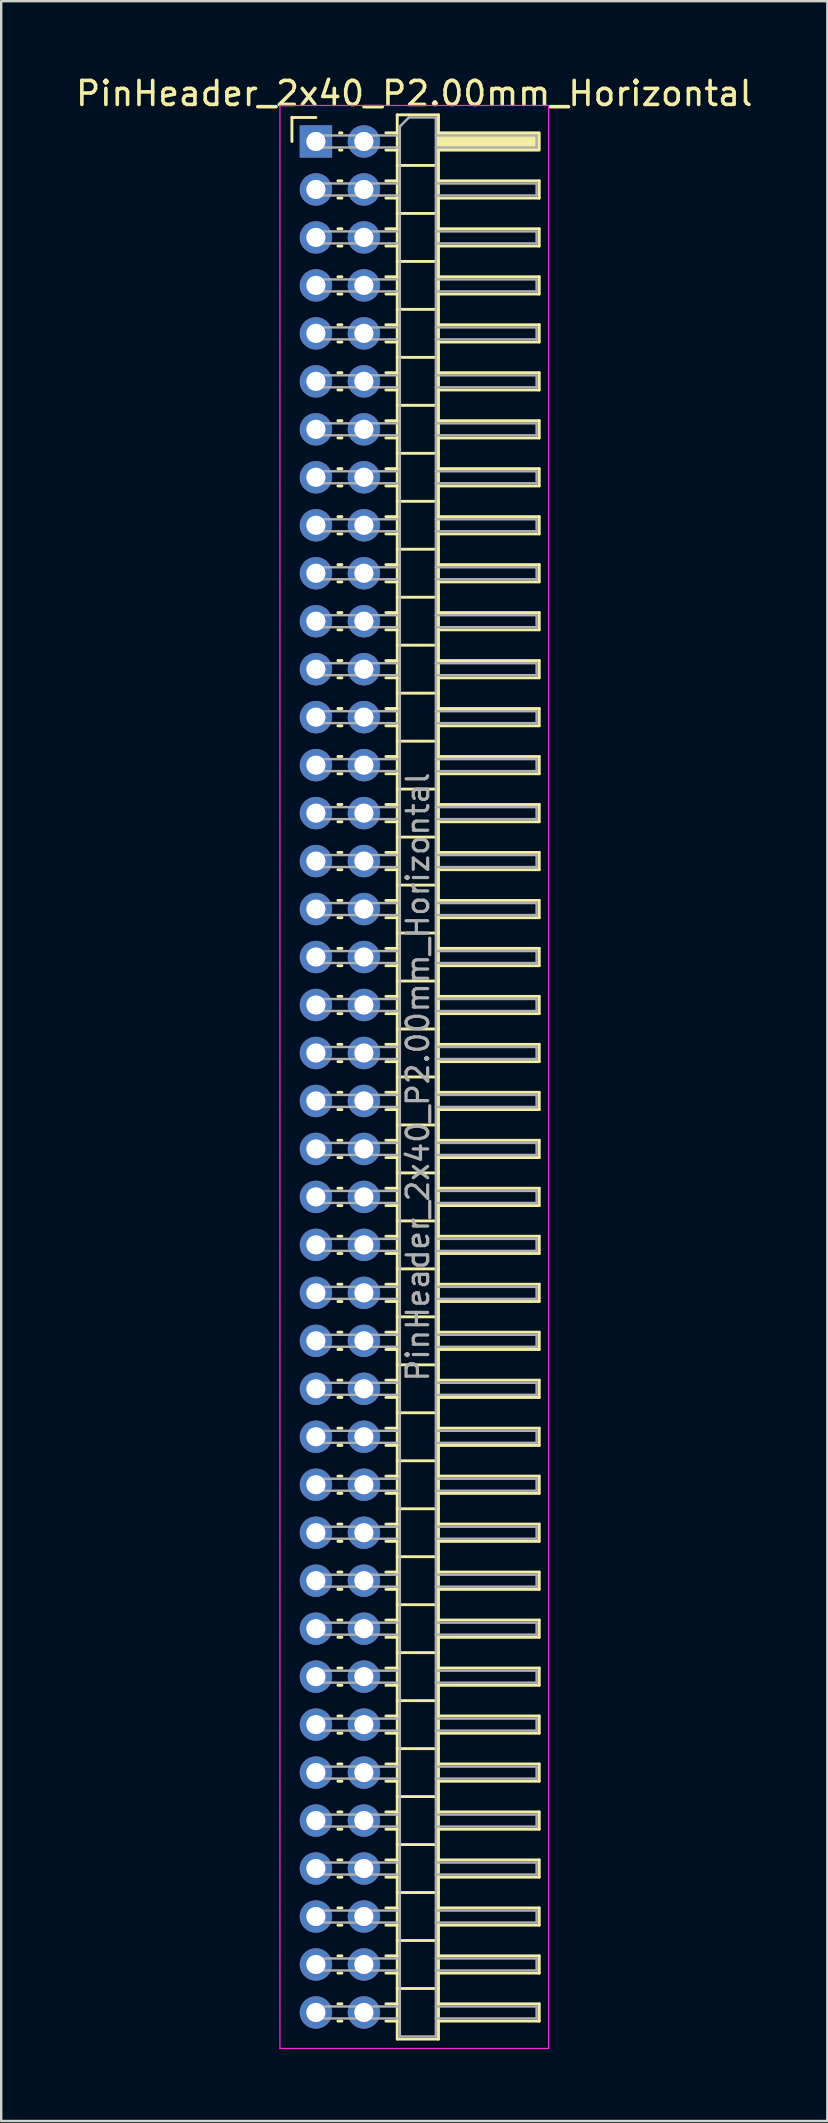
<source format=kicad_pcb>
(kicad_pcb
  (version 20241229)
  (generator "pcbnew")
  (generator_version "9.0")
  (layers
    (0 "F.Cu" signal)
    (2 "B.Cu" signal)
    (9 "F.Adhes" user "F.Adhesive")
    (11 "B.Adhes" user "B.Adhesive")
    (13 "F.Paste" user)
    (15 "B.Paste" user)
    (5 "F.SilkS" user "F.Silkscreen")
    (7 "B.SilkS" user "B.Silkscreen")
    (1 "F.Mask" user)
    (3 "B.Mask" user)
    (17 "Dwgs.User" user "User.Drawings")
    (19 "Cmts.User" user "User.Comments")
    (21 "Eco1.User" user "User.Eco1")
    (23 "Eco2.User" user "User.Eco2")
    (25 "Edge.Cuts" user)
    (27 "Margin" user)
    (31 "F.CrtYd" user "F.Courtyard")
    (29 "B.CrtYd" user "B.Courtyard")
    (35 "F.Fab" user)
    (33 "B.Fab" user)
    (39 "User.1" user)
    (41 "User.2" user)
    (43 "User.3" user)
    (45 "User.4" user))
  (footprint "PinHeader_2x40_P2.00mm_Horizontal"
    (layer "F.Cu")
    (at 10.12 2.848)
    (property "Reference" "PinHeader_2x40_P2.00mm_Horizontal" (at 4.1 -2 0) (layer "F.SilkS") (effects (font (size 1 1) (thickness 0.15))))
    (attr through_hole)
    (fp_line (start -1 -1) (end 0 -1) (stroke (width 0.12) (type solid)) (layer "F.SilkS"))
    (fp_line (start -1 0) (end -1 -1) (stroke (width 0.12) (type solid)) (layer "F.SilkS"))
    (fp_line (start 0.917 1.64) (end 1.083 1.64) (stroke (width 0.12) (type solid)) (layer "F.SilkS"))
    (fp_line (start 0.917 2.36) (end 1.083 2.36) (stroke (width 0.12) (type solid)) (layer "F.SilkS"))
    (fp_line (start 0.917 3.64) (end 1.083 3.64) (stroke (width 0.12) (type solid)) (layer "F.SilkS"))
    (fp_line (start 0.917 4.36) (end 1.083 4.36) (stroke (width 0.12) (type solid)) (layer "F.SilkS"))
    (fp_line (start 0.917 5.64) (end 1.083 5.64) (stroke (width 0.12) (type solid)) (layer "F.SilkS"))
    (fp_line (start 0.917 6.36) (end 1.083 6.36) (stroke (width 0.12) (type solid)) (layer "F.SilkS"))
    (fp_line (start 0.917 7.64) (end 1.083 7.64) (stroke (width 0.12) (type solid)) (layer "F.SilkS"))
    (fp_line (start 0.917 8.36) (end 1.083 8.36) (stroke (width 0.12) (type solid)) (layer "F.SilkS"))
    (fp_line (start 0.917 9.64) (end 1.083 9.64) (stroke (width 0.12) (type solid)) (layer "F.SilkS"))
    (fp_line (start 0.917 10.36) (end 1.083 10.36) (stroke (width 0.12) (type solid)) (layer "F.SilkS"))
    (fp_line (start 0.917 11.64) (end 1.083 11.64) (stroke (width 0.12) (type solid)) (layer "F.SilkS"))
    (fp_line (start 0.917 12.36) (end 1.083 12.36) (stroke (width 0.12) (type solid)) (layer "F.SilkS"))
    (fp_line (start 0.917 13.64) (end 1.083 13.64) (stroke (width 0.12) (type solid)) (layer "F.SilkS"))
    (fp_line (start 0.917 14.36) (end 1.083 14.36) (stroke (width 0.12) (type solid)) (layer "F.SilkS"))
    (fp_line (start 0.917 15.64) (end 1.083 15.64) (stroke (width 0.12) (type solid)) (layer "F.SilkS"))
    (fp_line (start 0.917 16.36) (end 1.083 16.36) (stroke (width 0.12) (type solid)) (layer "F.SilkS"))
    (fp_line (start 0.917 17.64) (end 1.083 17.64) (stroke (width 0.12) (type solid)) (layer "F.SilkS"))
    (fp_line (start 0.917 18.36) (end 1.083 18.36) (stroke (width 0.12) (type solid)) (layer "F.SilkS"))
    (fp_line (start 0.917 19.64) (end 1.083 19.64) (stroke (width 0.12) (type solid)) (layer "F.SilkS"))
    (fp_line (start 0.917 20.36) (end 1.083 20.36) (stroke (width 0.12) (type solid)) (layer "F.SilkS"))
    (fp_line (start 0.917 21.64) (end 1.083 21.64) (stroke (width 0.12) (type solid)) (layer "F.SilkS"))
    (fp_line (start 0.917 22.36) (end 1.083 22.36) (stroke (width 0.12) (type solid)) (layer "F.SilkS"))
    (fp_line (start 0.917 23.64) (end 1.083 23.64) (stroke (width 0.12) (type solid)) (layer "F.SilkS"))
    (fp_line (start 0.917 24.36) (end 1.083 24.36) (stroke (width 0.12) (type solid)) (layer "F.SilkS"))
    (fp_line (start 0.917 25.64) (end 1.083 25.64) (stroke (width 0.12) (type solid)) (layer "F.SilkS"))
    (fp_line (start 0.917 26.36) (end 1.083 26.36) (stroke (width 0.12) (type solid)) (layer "F.SilkS"))
    (fp_line (start 0.917 27.64) (end 1.083 27.64) (stroke (width 0.12) (type solid)) (layer "F.SilkS"))
    (fp_line (start 0.917 28.36) (end 1.083 28.36) (stroke (width 0.12) (type solid)) (layer "F.SilkS"))
    (fp_line (start 0.917 29.64) (end 1.083 29.64) (stroke (width 0.12) (type solid)) (layer "F.SilkS"))
    (fp_line (start 0.917 30.36) (end 1.083 30.36) (stroke (width 0.12) (type solid)) (layer "F.SilkS"))
    (fp_line (start 0.917 31.64) (end 1.083 31.64) (stroke (width 0.12) (type solid)) (layer "F.SilkS"))
    (fp_line (start 0.917 32.36) (end 1.083 32.36) (stroke (width 0.12) (type solid)) (layer "F.SilkS"))
    (fp_line (start 0.917 33.64) (end 1.083 33.64) (stroke (width 0.12) (type solid)) (layer "F.SilkS"))
    (fp_line (start 0.917 34.36) (end 1.083 34.36) (stroke (width 0.12) (type solid)) (layer "F.SilkS"))
    (fp_line (start 0.917 35.64) (end 1.083 35.64) (stroke (width 0.12) (type solid)) (layer "F.SilkS"))
    (fp_line (start 0.917 36.36) (end 1.083 36.36) (stroke (width 0.12) (type solid)) (layer "F.SilkS"))
    (fp_line (start 0.917 37.64) (end 1.083 37.64) (stroke (width 0.12) (type solid)) (layer "F.SilkS"))
    (fp_line (start 0.917 38.36) (end 1.083 38.36) (stroke (width 0.12) (type solid)) (layer "F.SilkS"))
    (fp_line (start 0.917 39.64) (end 1.083 39.64) (stroke (width 0.12) (type solid)) (layer "F.SilkS"))
    (fp_line (start 0.917 40.36) (end 1.083 40.36) (stroke (width 0.12) (type solid)) (layer "F.SilkS"))
    (fp_line (start 0.917 41.64) (end 1.083 41.64) (stroke (width 0.12) (type solid)) (layer "F.SilkS"))
    (fp_line (start 0.917 42.36) (end 1.083 42.36) (stroke (width 0.12) (type solid)) (layer "F.SilkS"))
    (fp_line (start 0.917 43.64) (end 1.083 43.64) (stroke (width 0.12) (type solid)) (layer "F.SilkS"))
    (fp_line (start 0.917 44.36) (end 1.083 44.36) (stroke (width 0.12) (type solid)) (layer "F.SilkS"))
    (fp_line (start 0.917 45.64) (end 1.083 45.64) (stroke (width 0.12) (type solid)) (layer "F.SilkS"))
    (fp_line (start 0.917 46.36) (end 1.083 46.36) (stroke (width 0.12) (type solid)) (layer "F.SilkS"))
    (fp_line (start 0.917 47.64) (end 1.083 47.64) (stroke (width 0.12) (type solid)) (layer "F.SilkS"))
    (fp_line (start 0.917 48.36) (end 1.083 48.36) (stroke (width 0.12) (type solid)) (layer "F.SilkS"))
    (fp_line (start 0.917 49.64) (end 1.083 49.64) (stroke (width 0.12) (type solid)) (layer "F.SilkS"))
    (fp_line (start 0.917 50.36) (end 1.083 50.36) (stroke (width 0.12) (type solid)) (layer "F.SilkS"))
    (fp_line (start 0.917 51.64) (end 1.083 51.64) (stroke (width 0.12) (type solid)) (layer "F.SilkS"))
    (fp_line (start 0.917 52.36) (end 1.083 52.36) (stroke (width 0.12) (type solid)) (layer "F.SilkS"))
    (fp_line (start 0.917 53.64) (end 1.083 53.64) (stroke (width 0.12) (type solid)) (layer "F.SilkS"))
    (fp_line (start 0.917 54.36) (end 1.083 54.36) (stroke (width 0.12) (type solid)) (layer "F.SilkS"))
    (fp_line (start 0.917 55.64) (end 1.083 55.64) (stroke (width 0.12) (type solid)) (layer "F.SilkS"))
    (fp_line (start 0.917 56.36) (end 1.083 56.36) (stroke (width 0.12) (type solid)) (layer "F.SilkS"))
    (fp_line (start 0.917 57.64) (end 1.083 57.64) (stroke (width 0.12) (type solid)) (layer "F.SilkS"))
    (fp_line (start 0.917 58.36) (end 1.083 58.36) (stroke (width 0.12) (type solid)) (layer "F.SilkS"))
    (fp_line (start 0.917 59.64) (end 1.083 59.64) (stroke (width 0.12) (type solid)) (layer "F.SilkS"))
    (fp_line (start 0.917 60.36) (end 1.083 60.36) (stroke (width 0.12) (type solid)) (layer "F.SilkS"))
    (fp_line (start 0.917 61.64) (end 1.083 61.64) (stroke (width 0.12) (type solid)) (layer "F.SilkS"))
    (fp_line (start 0.917 62.36) (end 1.083 62.36) (stroke (width 0.12) (type solid)) (layer "F.SilkS"))
    (fp_line (start 0.917 63.64) (end 1.083 63.64) (stroke (width 0.12) (type solid)) (layer "F.SilkS"))
    (fp_line (start 0.917 64.36) (end 1.083 64.36) (stroke (width 0.12) (type solid)) (layer "F.SilkS"))
    (fp_line (start 0.917 65.64) (end 1.083 65.64) (stroke (width 0.12) (type solid)) (layer "F.SilkS"))
    (fp_line (start 0.917 66.36) (end 1.083 66.36) (stroke (width 0.12) (type solid)) (layer "F.SilkS"))
    (fp_line (start 0.917 67.64) (end 1.083 67.64) (stroke (width 0.12) (type solid)) (layer "F.SilkS"))
    (fp_line (start 0.917 68.36) (end 1.083 68.36) (stroke (width 0.12) (type solid)) (layer "F.SilkS"))
    (fp_line (start 0.917 69.64) (end 1.083 69.64) (stroke (width 0.12) (type solid)) (layer "F.SilkS"))
    (fp_line (start 0.917 70.36) (end 1.083 70.36) (stroke (width 0.12) (type solid)) (layer "F.SilkS"))
    (fp_line (start 0.917 71.64) (end 1.083 71.64) (stroke (width 0.12) (type solid)) (layer "F.SilkS"))
    (fp_line (start 0.917 72.36) (end 1.083 72.36) (stroke (width 0.12) (type solid)) (layer "F.SilkS"))
    (fp_line (start 0.917 73.64) (end 1.083 73.64) (stroke (width 0.12) (type solid)) (layer "F.SilkS"))
    (fp_line (start 0.917 74.36) (end 1.083 74.36) (stroke (width 0.12) (type solid)) (layer "F.SilkS"))
    (fp_line (start 0.917 75.64) (end 1.083 75.64) (stroke (width 0.12) (type solid)) (layer "F.SilkS"))
    (fp_line (start 0.917 76.36) (end 1.083 76.36) (stroke (width 0.12) (type solid)) (layer "F.SilkS"))
    (fp_line (start 0.917 77.64) (end 1.083 77.64) (stroke (width 0.12) (type solid)) (layer "F.SilkS"))
    (fp_line (start 0.917 78.36) (end 1.083 78.36) (stroke (width 0.12) (type solid)) (layer "F.SilkS"))
    (fp_line (start 0.985 -0.36) (end 1.083 -0.36) (stroke (width 0.12) (type solid)) (layer "F.SilkS"))
    (fp_line (start 0.985 0.36) (end 1.083 0.36) (stroke (width 0.12) (type solid)) (layer "F.SilkS"))
    (fp_line (start 2.917 -0.36) (end 3.39 -0.36) (stroke (width 0.12) (type solid)) (layer "F.SilkS"))
    (fp_line (start 2.917 0.36) (end 3.39 0.36) (stroke (width 0.12) (type solid)) (layer "F.SilkS"))
    (fp_line (start 2.917 1.64) (end 3.39 1.64) (stroke (width 0.12) (type solid)) (layer "F.SilkS"))
    (fp_line (start 2.917 2.36) (end 3.39 2.36) (stroke (width 0.12) (type solid)) (layer "F.SilkS"))
    (fp_line (start 2.917 3.64) (end 3.39 3.64) (stroke (width 0.12) (type solid)) (layer "F.SilkS"))
    (fp_line (start 2.917 4.36) (end 3.39 4.36) (stroke (width 0.12) (type solid)) (layer "F.SilkS"))
    (fp_line (start 2.917 5.64) (end 3.39 5.64) (stroke (width 0.12) (type solid)) (layer "F.SilkS"))
    (fp_line (start 2.917 6.36) (end 3.39 6.36) (stroke (width 0.12) (type solid)) (layer "F.SilkS"))
    (fp_line (start 2.917 7.64) (end 3.39 7.64) (stroke (width 0.12) (type solid)) (layer "F.SilkS"))
    (fp_line (start 2.917 8.36) (end 3.39 8.36) (stroke (width 0.12) (type solid)) (layer "F.SilkS"))
    (fp_line (start 2.917 9.64) (end 3.39 9.64) (stroke (width 0.12) (type solid)) (layer "F.SilkS"))
    (fp_line (start 2.917 10.36) (end 3.39 10.36) (stroke (width 0.12) (type solid)) (layer "F.SilkS"))
    (fp_line (start 2.917 11.64) (end 3.39 11.64) (stroke (width 0.12) (type solid)) (layer "F.SilkS"))
    (fp_line (start 2.917 12.36) (end 3.39 12.36) (stroke (width 0.12) (type solid)) (layer "F.SilkS"))
    (fp_line (start 2.917 13.64) (end 3.39 13.64) (stroke (width 0.12) (type solid)) (layer "F.SilkS"))
    (fp_line (start 2.917 14.36) (end 3.39 14.36) (stroke (width 0.12) (type solid)) (layer "F.SilkS"))
    (fp_line (start 2.917 15.64) (end 3.39 15.64) (stroke (width 0.12) (type solid)) (layer "F.SilkS"))
    (fp_line (start 2.917 16.36) (end 3.39 16.36) (stroke (width 0.12) (type solid)) (layer "F.SilkS"))
    (fp_line (start 2.917 17.64) (end 3.39 17.64) (stroke (width 0.12) (type solid)) (layer "F.SilkS"))
    (fp_line (start 2.917 18.36) (end 3.39 18.36) (stroke (width 0.12) (type solid)) (layer "F.SilkS"))
    (fp_line (start 2.917 19.64) (end 3.39 19.64) (stroke (width 0.12) (type solid)) (layer "F.SilkS"))
    (fp_line (start 2.917 20.36) (end 3.39 20.36) (stroke (width 0.12) (type solid)) (layer "F.SilkS"))
    (fp_line (start 2.917 21.64) (end 3.39 21.64) (stroke (width 0.12) (type solid)) (layer "F.SilkS"))
    (fp_line (start 2.917 22.36) (end 3.39 22.36) (stroke (width 0.12) (type solid)) (layer "F.SilkS"))
    (fp_line (start 2.917 23.64) (end 3.39 23.64) (stroke (width 0.12) (type solid)) (layer "F.SilkS"))
    (fp_line (start 2.917 24.36) (end 3.39 24.36) (stroke (width 0.12) (type solid)) (layer "F.SilkS"))
    (fp_line (start 2.917 25.64) (end 3.39 25.64) (stroke (width 0.12) (type solid)) (layer "F.SilkS"))
    (fp_line (start 2.917 26.36) (end 3.39 26.36) (stroke (width 0.12) (type solid)) (layer "F.SilkS"))
    (fp_line (start 2.917 27.64) (end 3.39 27.64) (stroke (width 0.12) (type solid)) (layer "F.SilkS"))
    (fp_line (start 2.917 28.36) (end 3.39 28.36) (stroke (width 0.12) (type solid)) (layer "F.SilkS"))
    (fp_line (start 2.917 29.64) (end 3.39 29.64) (stroke (width 0.12) (type solid)) (layer "F.SilkS"))
    (fp_line (start 2.917 30.36) (end 3.39 30.36) (stroke (width 0.12) (type solid)) (layer "F.SilkS"))
    (fp_line (start 2.917 31.64) (end 3.39 31.64) (stroke (width 0.12) (type solid)) (layer "F.SilkS"))
    (fp_line (start 2.917 32.36) (end 3.39 32.36) (stroke (width 0.12) (type solid)) (layer "F.SilkS"))
    (fp_line (start 2.917 33.64) (end 3.39 33.64) (stroke (width 0.12) (type solid)) (layer "F.SilkS"))
    (fp_line (start 2.917 34.36) (end 3.39 34.36) (stroke (width 0.12) (type solid)) (layer "F.SilkS"))
    (fp_line (start 2.917 35.64) (end 3.39 35.64) (stroke (width 0.12) (type solid)) (layer "F.SilkS"))
    (fp_line (start 2.917 36.36) (end 3.39 36.36) (stroke (width 0.12) (type solid)) (layer "F.SilkS"))
    (fp_line (start 2.917 37.64) (end 3.39 37.64) (stroke (width 0.12) (type solid)) (layer "F.SilkS"))
    (fp_line (start 2.917 38.36) (end 3.39 38.36) (stroke (width 0.12) (type solid)) (layer "F.SilkS"))
    (fp_line (start 2.917 39.64) (end 3.39 39.64) (stroke (width 0.12) (type solid)) (layer "F.SilkS"))
    (fp_line (start 2.917 40.36) (end 3.39 40.36) (stroke (width 0.12) (type solid)) (layer "F.SilkS"))
    (fp_line (start 2.917 41.64) (end 3.39 41.64) (stroke (width 0.12) (type solid)) (layer "F.SilkS"))
    (fp_line (start 2.917 42.36) (end 3.39 42.36) (stroke (width 0.12) (type solid)) (layer "F.SilkS"))
    (fp_line (start 2.917 43.64) (end 3.39 43.64) (stroke (width 0.12) (type solid)) (layer "F.SilkS"))
    (fp_line (start 2.917 44.36) (end 3.39 44.36) (stroke (width 0.12) (type solid)) (layer "F.SilkS"))
    (fp_line (start 2.917 45.64) (end 3.39 45.64) (stroke (width 0.12) (type solid)) (layer "F.SilkS"))
    (fp_line (start 2.917 46.36) (end 3.39 46.36) (stroke (width 0.12) (type solid)) (layer "F.SilkS"))
    (fp_line (start 2.917 47.64) (end 3.39 47.64) (stroke (width 0.12) (type solid)) (layer "F.SilkS"))
    (fp_line (start 2.917 48.36) (end 3.39 48.36) (stroke (width 0.12) (type solid)) (layer "F.SilkS"))
    (fp_line (start 2.917 49.64) (end 3.39 49.64) (stroke (width 0.12) (type solid)) (layer "F.SilkS"))
    (fp_line (start 2.917 50.36) (end 3.39 50.36) (stroke (width 0.12) (type solid)) (layer "F.SilkS"))
    (fp_line (start 2.917 51.64) (end 3.39 51.64) (stroke (width 0.12) (type solid)) (layer "F.SilkS"))
    (fp_line (start 2.917 52.36) (end 3.39 52.36) (stroke (width 0.12) (type solid)) (layer "F.SilkS"))
    (fp_line (start 2.917 53.64) (end 3.39 53.64) (stroke (width 0.12) (type solid)) (layer "F.SilkS"))
    (fp_line (start 2.917 54.36) (end 3.39 54.36) (stroke (width 0.12) (type solid)) (layer "F.SilkS"))
    (fp_line (start 2.917 55.64) (end 3.39 55.64) (stroke (width 0.12) (type solid)) (layer "F.SilkS"))
    (fp_line (start 2.917 56.36) (end 3.39 56.36) (stroke (width 0.12) (type solid)) (layer "F.SilkS"))
    (fp_line (start 2.917 57.64) (end 3.39 57.64) (stroke (width 0.12) (type solid)) (layer "F.SilkS"))
    (fp_line (start 2.917 58.36) (end 3.39 58.36) (stroke (width 0.12) (type solid)) (layer "F.SilkS"))
    (fp_line (start 2.917 59.64) (end 3.39 59.64) (stroke (width 0.12) (type solid)) (layer "F.SilkS"))
    (fp_line (start 2.917 60.36) (end 3.39 60.36) (stroke (width 0.12) (type solid)) (layer "F.SilkS"))
    (fp_line (start 2.917 61.64) (end 3.39 61.64) (stroke (width 0.12) (type solid)) (layer "F.SilkS"))
    (fp_line (start 2.917 62.36) (end 3.39 62.36) (stroke (width 0.12) (type solid)) (layer "F.SilkS"))
    (fp_line (start 2.917 63.64) (end 3.39 63.64) (stroke (width 0.12) (type solid)) (layer "F.SilkS"))
    (fp_line (start 2.917 64.36) (end 3.39 64.36) (stroke (width 0.12) (type solid)) (layer "F.SilkS"))
    (fp_line (start 2.917 65.64) (end 3.39 65.64) (stroke (width 0.12) (type solid)) (layer "F.SilkS"))
    (fp_line (start 2.917 66.36) (end 3.39 66.36) (stroke (width 0.12) (type solid)) (layer "F.SilkS"))
    (fp_line (start 2.917 67.64) (end 3.39 67.64) (stroke (width 0.12) (type solid)) (layer "F.SilkS"))
    (fp_line (start 2.917 68.36) (end 3.39 68.36) (stroke (width 0.12) (type solid)) (layer "F.SilkS"))
    (fp_line (start 2.917 69.64) (end 3.39 69.64) (stroke (width 0.12) (type solid)) (layer "F.SilkS"))
    (fp_line (start 2.917 70.36) (end 3.39 70.36) (stroke (width 0.12) (type solid)) (layer "F.SilkS"))
    (fp_line (start 2.917 71.64) (end 3.39 71.64) (stroke (width 0.12) (type solid)) (layer "F.SilkS"))
    (fp_line (start 2.917 72.36) (end 3.39 72.36) (stroke (width 0.12) (type solid)) (layer "F.SilkS"))
    (fp_line (start 2.917 73.64) (end 3.39 73.64) (stroke (width 0.12) (type solid)) (layer "F.SilkS"))
    (fp_line (start 2.917 74.36) (end 3.39 74.36) (stroke (width 0.12) (type solid)) (layer "F.SilkS"))
    (fp_line (start 2.917 75.64) (end 3.39 75.64) (stroke (width 0.12) (type solid)) (layer "F.SilkS"))
    (fp_line (start 2.917 76.36) (end 3.39 76.36) (stroke (width 0.12) (type solid)) (layer "F.SilkS"))
    (fp_line (start 2.917 77.64) (end 3.39 77.64) (stroke (width 0.12) (type solid)) (layer "F.SilkS"))
    (fp_line (start 2.917 78.36) (end 3.39 78.36) (stroke (width 0.12) (type solid)) (layer "F.SilkS"))
    (fp_line (start 3.39 -1.11) (end 3.39 79.11) (stroke (width 0.12) (type solid)) (layer "F.SilkS"))
    (fp_line (start 3.39 1) (end 5.11 1) (stroke (width 0.12) (type solid)) (layer "F.SilkS"))
    (fp_line (start 3.39 3) (end 5.11 3) (stroke (width 0.12) (type solid)) (layer "F.SilkS"))
    (fp_line (start 3.39 5) (end 5.11 5) (stroke (width 0.12) (type solid)) (layer "F.SilkS"))
    (fp_line (start 3.39 7) (end 5.11 7) (stroke (width 0.12) (type solid)) (layer "F.SilkS"))
    (fp_line (start 3.39 9) (end 5.11 9) (stroke (width 0.12) (type solid)) (layer "F.SilkS"))
    (fp_line (start 3.39 11) (end 5.11 11) (stroke (width 0.12) (type solid)) (layer "F.SilkS"))
    (fp_line (start 3.39 13) (end 5.11 13) (stroke (width 0.12) (type solid)) (layer "F.SilkS"))
    (fp_line (start 3.39 15) (end 5.11 15) (stroke (width 0.12) (type solid)) (layer "F.SilkS"))
    (fp_line (start 3.39 17) (end 5.11 17) (stroke (width 0.12) (type solid)) (layer "F.SilkS"))
    (fp_line (start 3.39 19) (end 5.11 19) (stroke (width 0.12) (type solid)) (layer "F.SilkS"))
    (fp_line (start 3.39 21) (end 5.11 21) (stroke (width 0.12) (type solid)) (layer "F.SilkS"))
    (fp_line (start 3.39 23) (end 5.11 23) (stroke (width 0.12) (type solid)) (layer "F.SilkS"))
    (fp_line (start 3.39 25) (end 5.11 25) (stroke (width 0.12) (type solid)) (layer "F.SilkS"))
    (fp_line (start 3.39 27) (end 5.11 27) (stroke (width 0.12) (type solid)) (layer "F.SilkS"))
    (fp_line (start 3.39 29) (end 5.11 29) (stroke (width 0.12) (type solid)) (layer "F.SilkS"))
    (fp_line (start 3.39 31) (end 5.11 31) (stroke (width 0.12) (type solid)) (layer "F.SilkS"))
    (fp_line (start 3.39 33) (end 5.11 33) (stroke (width 0.12) (type solid)) (layer "F.SilkS"))
    (fp_line (start 3.39 35) (end 5.11 35) (stroke (width 0.12) (type solid)) (layer "F.SilkS"))
    (fp_line (start 3.39 37) (end 5.11 37) (stroke (width 0.12) (type solid)) (layer "F.SilkS"))
    (fp_line (start 3.39 39) (end 5.11 39) (stroke (width 0.12) (type solid)) (layer "F.SilkS"))
    (fp_line (start 3.39 41) (end 5.11 41) (stroke (width 0.12) (type solid)) (layer "F.SilkS"))
    (fp_line (start 3.39 43) (end 5.11 43) (stroke (width 0.12) (type solid)) (layer "F.SilkS"))
    (fp_line (start 3.39 45) (end 5.11 45) (stroke (width 0.12) (type solid)) (layer "F.SilkS"))
    (fp_line (start 3.39 47) (end 5.11 47) (stroke (width 0.12) (type solid)) (layer "F.SilkS"))
    (fp_line (start 3.39 49) (end 5.11 49) (stroke (width 0.12) (type solid)) (layer "F.SilkS"))
    (fp_line (start 3.39 51) (end 5.11 51) (stroke (width 0.12) (type solid)) (layer "F.SilkS"))
    (fp_line (start 3.39 53) (end 5.11 53) (stroke (width 0.12) (type solid)) (layer "F.SilkS"))
    (fp_line (start 3.39 55) (end 5.11 55) (stroke (width 0.12) (type solid)) (layer "F.SilkS"))
    (fp_line (start 3.39 57) (end 5.11 57) (stroke (width 0.12) (type solid)) (layer "F.SilkS"))
    (fp_line (start 3.39 59) (end 5.11 59) (stroke (width 0.12) (type solid)) (layer "F.SilkS"))
    (fp_line (start 3.39 61) (end 5.11 61) (stroke (width 0.12) (type solid)) (layer "F.SilkS"))
    (fp_line (start 3.39 63) (end 5.11 63) (stroke (width 0.12) (type solid)) (layer "F.SilkS"))
    (fp_line (start 3.39 65) (end 5.11 65) (stroke (width 0.12) (type solid)) (layer "F.SilkS"))
    (fp_line (start 3.39 67) (end 5.11 67) (stroke (width 0.12) (type solid)) (layer "F.SilkS"))
    (fp_line (start 3.39 69) (end 5.11 69) (stroke (width 0.12) (type solid)) (layer "F.SilkS"))
    (fp_line (start 3.39 71) (end 5.11 71) (stroke (width 0.12) (type solid)) (layer "F.SilkS"))
    (fp_line (start 3.39 73) (end 5.11 73) (stroke (width 0.12) (type solid)) (layer "F.SilkS"))
    (fp_line (start 3.39 75) (end 5.11 75) (stroke (width 0.12) (type solid)) (layer "F.SilkS"))
    (fp_line (start 3.39 77) (end 5.11 77) (stroke (width 0.12) (type solid)) (layer "F.SilkS"))
    (fp_line (start 3.39 79.11) (end 5.11 79.11) (stroke (width 0.12) (type solid)) (layer "F.SilkS"))
    (fp_line (start 5.11 -1.11) (end 3.39 -1.11) (stroke (width 0.12) (type solid)) (layer "F.SilkS"))
    (fp_line (start 5.11 1.64) (end 9.31 1.64) (stroke (width 0.12) (type solid)) (layer "F.SilkS"))
    (fp_line (start 5.11 3.64) (end 9.31 3.64) (stroke (width 0.12) (type solid)) (layer "F.SilkS"))
    (fp_line (start 5.11 5.64) (end 9.31 5.64) (stroke (width 0.12) (type solid)) (layer "F.SilkS"))
    (fp_line (start 5.11 7.64) (end 9.31 7.64) (stroke (width 0.12) (type solid)) (layer "F.SilkS"))
    (fp_line (start 5.11 9.64) (end 9.31 9.64) (stroke (width 0.12) (type solid)) (layer "F.SilkS"))
    (fp_line (start 5.11 11.64) (end 9.31 11.64) (stroke (width 0.12) (type solid)) (layer "F.SilkS"))
    (fp_line (start 5.11 13.64) (end 9.31 13.64) (stroke (width 0.12) (type solid)) (layer "F.SilkS"))
    (fp_line (start 5.11 15.64) (end 9.31 15.64) (stroke (width 0.12) (type solid)) (layer "F.SilkS"))
    (fp_line (start 5.11 17.64) (end 9.31 17.64) (stroke (width 0.12) (type solid)) (layer "F.SilkS"))
    (fp_line (start 5.11 19.64) (end 9.31 19.64) (stroke (width 0.12) (type solid)) (layer "F.SilkS"))
    (fp_line (start 5.11 21.64) (end 9.31 21.64) (stroke (width 0.12) (type solid)) (layer "F.SilkS"))
    (fp_line (start 5.11 23.64) (end 9.31 23.64) (stroke (width 0.12) (type solid)) (layer "F.SilkS"))
    (fp_line (start 5.11 25.64) (end 9.31 25.64) (stroke (width 0.12) (type solid)) (layer "F.SilkS"))
    (fp_line (start 5.11 27.64) (end 9.31 27.64) (stroke (width 0.12) (type solid)) (layer "F.SilkS"))
    (fp_line (start 5.11 29.64) (end 9.31 29.64) (stroke (width 0.12) (type solid)) (layer "F.SilkS"))
    (fp_line (start 5.11 31.64) (end 9.31 31.64) (stroke (width 0.12) (type solid)) (layer "F.SilkS"))
    (fp_line (start 5.11 33.64) (end 9.31 33.64) (stroke (width 0.12) (type solid)) (layer "F.SilkS"))
    (fp_line (start 5.11 35.64) (end 9.31 35.64) (stroke (width 0.12) (type solid)) (layer "F.SilkS"))
    (fp_line (start 5.11 37.64) (end 9.31 37.64) (stroke (width 0.12) (type solid)) (layer "F.SilkS"))
    (fp_line (start 5.11 39.64) (end 9.31 39.64) (stroke (width 0.12) (type solid)) (layer "F.SilkS"))
    (fp_line (start 5.11 41.64) (end 9.31 41.64) (stroke (width 0.12) (type solid)) (layer "F.SilkS"))
    (fp_line (start 5.11 43.64) (end 9.31 43.64) (stroke (width 0.12) (type solid)) (layer "F.SilkS"))
    (fp_line (start 5.11 45.64) (end 9.31 45.64) (stroke (width 0.12) (type solid)) (layer "F.SilkS"))
    (fp_line (start 5.11 47.64) (end 9.31 47.64) (stroke (width 0.12) (type solid)) (layer "F.SilkS"))
    (fp_line (start 5.11 49.64) (end 9.31 49.64) (stroke (width 0.12) (type solid)) (layer "F.SilkS"))
    (fp_line (start 5.11 51.64) (end 9.31 51.64) (stroke (width 0.12) (type solid)) (layer "F.SilkS"))
    (fp_line (start 5.11 53.64) (end 9.31 53.64) (stroke (width 0.12) (type solid)) (layer "F.SilkS"))
    (fp_line (start 5.11 55.64) (end 9.31 55.64) (stroke (width 0.12) (type solid)) (layer "F.SilkS"))
    (fp_line (start 5.11 57.64) (end 9.31 57.64) (stroke (width 0.12) (type solid)) (layer "F.SilkS"))
    (fp_line (start 5.11 59.64) (end 9.31 59.64) (stroke (width 0.12) (type solid)) (layer "F.SilkS"))
    (fp_line (start 5.11 61.64) (end 9.31 61.64) (stroke (width 0.12) (type solid)) (layer "F.SilkS"))
    (fp_line (start 5.11 63.64) (end 9.31 63.64) (stroke (width 0.12) (type solid)) (layer "F.SilkS"))
    (fp_line (start 5.11 65.64) (end 9.31 65.64) (stroke (width 0.12) (type solid)) (layer "F.SilkS"))
    (fp_line (start 5.11 67.64) (end 9.31 67.64) (stroke (width 0.12) (type solid)) (layer "F.SilkS"))
    (fp_line (start 5.11 69.64) (end 9.31 69.64) (stroke (width 0.12) (type solid)) (layer "F.SilkS"))
    (fp_line (start 5.11 71.64) (end 9.31 71.64) (stroke (width 0.12) (type solid)) (layer "F.SilkS"))
    (fp_line (start 5.11 73.64) (end 9.31 73.64) (stroke (width 0.12) (type solid)) (layer "F.SilkS"))
    (fp_line (start 5.11 75.64) (end 9.31 75.64) (stroke (width 0.12) (type solid)) (layer "F.SilkS"))
    (fp_line (start 5.11 77.64) (end 9.31 77.64) (stroke (width 0.12) (type solid)) (layer "F.SilkS"))
    (fp_line (start 5.11 79.11) (end 5.11 -1.11) (stroke (width 0.12) (type solid)) (layer "F.SilkS"))
    (fp_line (start 9.31 1.64) (end 9.31 2.36) (stroke (width 0.12) (type solid)) (layer "F.SilkS"))
    (fp_line (start 9.31 2.36) (end 5.11 2.36) (stroke (width 0.12) (type solid)) (layer "F.SilkS"))
    (fp_line (start 9.31 3.64) (end 9.31 4.36) (stroke (width 0.12) (type solid)) (layer "F.SilkS"))
    (fp_line (start 9.31 4.36) (end 5.11 4.36) (stroke (width 0.12) (type solid)) (layer "F.SilkS"))
    (fp_line (start 9.31 5.64) (end 9.31 6.36) (stroke (width 0.12) (type solid)) (layer "F.SilkS"))
    (fp_line (start 9.31 6.36) (end 5.11 6.36) (stroke (width 0.12) (type solid)) (layer "F.SilkS"))
    (fp_line (start 9.31 7.64) (end 9.31 8.36) (stroke (width 0.12) (type solid)) (layer "F.SilkS"))
    (fp_line (start 9.31 8.36) (end 5.11 8.36) (stroke (width 0.12) (type solid)) (layer "F.SilkS"))
    (fp_line (start 9.31 9.64) (end 9.31 10.36) (stroke (width 0.12) (type solid)) (layer "F.SilkS"))
    (fp_line (start 9.31 10.36) (end 5.11 10.36) (stroke (width 0.12) (type solid)) (layer "F.SilkS"))
    (fp_line (start 9.31 11.64) (end 9.31 12.36) (stroke (width 0.12) (type solid)) (layer "F.SilkS"))
    (fp_line (start 9.31 12.36) (end 5.11 12.36) (stroke (width 0.12) (type solid)) (layer "F.SilkS"))
    (fp_line (start 9.31 13.64) (end 9.31 14.36) (stroke (width 0.12) (type solid)) (layer "F.SilkS"))
    (fp_line (start 9.31 14.36) (end 5.11 14.36) (stroke (width 0.12) (type solid)) (layer "F.SilkS"))
    (fp_line (start 9.31 15.64) (end 9.31 16.36) (stroke (width 0.12) (type solid)) (layer "F.SilkS"))
    (fp_line (start 9.31 16.36) (end 5.11 16.36) (stroke (width 0.12) (type solid)) (layer "F.SilkS"))
    (fp_line (start 9.31 17.64) (end 9.31 18.36) (stroke (width 0.12) (type solid)) (layer "F.SilkS"))
    (fp_line (start 9.31 18.36) (end 5.11 18.36) (stroke (width 0.12) (type solid)) (layer "F.SilkS"))
    (fp_line (start 9.31 19.64) (end 9.31 20.36) (stroke (width 0.12) (type solid)) (layer "F.SilkS"))
    (fp_line (start 9.31 20.36) (end 5.11 20.36) (stroke (width 0.12) (type solid)) (layer "F.SilkS"))
    (fp_line (start 9.31 21.64) (end 9.31 22.36) (stroke (width 0.12) (type solid)) (layer "F.SilkS"))
    (fp_line (start 9.31 22.36) (end 5.11 22.36) (stroke (width 0.12) (type solid)) (layer "F.SilkS"))
    (fp_line (start 9.31 23.64) (end 9.31 24.36) (stroke (width 0.12) (type solid)) (layer "F.SilkS"))
    (fp_line (start 9.31 24.36) (end 5.11 24.36) (stroke (width 0.12) (type solid)) (layer "F.SilkS"))
    (fp_line (start 9.31 25.64) (end 9.31 26.36) (stroke (width 0.12) (type solid)) (layer "F.SilkS"))
    (fp_line (start 9.31 26.36) (end 5.11 26.36) (stroke (width 0.12) (type solid)) (layer "F.SilkS"))
    (fp_line (start 9.31 27.64) (end 9.31 28.36) (stroke (width 0.12) (type solid)) (layer "F.SilkS"))
    (fp_line (start 9.31 28.36) (end 5.11 28.36) (stroke (width 0.12) (type solid)) (layer "F.SilkS"))
    (fp_line (start 9.31 29.64) (end 9.31 30.36) (stroke (width 0.12) (type solid)) (layer "F.SilkS"))
    (fp_line (start 9.31 30.36) (end 5.11 30.36) (stroke (width 0.12) (type solid)) (layer "F.SilkS"))
    (fp_line (start 9.31 31.64) (end 9.31 32.36) (stroke (width 0.12) (type solid)) (layer "F.SilkS"))
    (fp_line (start 9.31 32.36) (end 5.11 32.36) (stroke (width 0.12) (type solid)) (layer "F.SilkS"))
    (fp_line (start 9.31 33.64) (end 9.31 34.36) (stroke (width 0.12) (type solid)) (layer "F.SilkS"))
    (fp_line (start 9.31 34.36) (end 5.11 34.36) (stroke (width 0.12) (type solid)) (layer "F.SilkS"))
    (fp_line (start 9.31 35.64) (end 9.31 36.36) (stroke (width 0.12) (type solid)) (layer "F.SilkS"))
    (fp_line (start 9.31 36.36) (end 5.11 36.36) (stroke (width 0.12) (type solid)) (layer "F.SilkS"))
    (fp_line (start 9.31 37.64) (end 9.31 38.36) (stroke (width 0.12) (type solid)) (layer "F.SilkS"))
    (fp_line (start 9.31 38.36) (end 5.11 38.36) (stroke (width 0.12) (type solid)) (layer "F.SilkS"))
    (fp_line (start 9.31 39.64) (end 9.31 40.36) (stroke (width 0.12) (type solid)) (layer "F.SilkS"))
    (fp_line (start 9.31 40.36) (end 5.11 40.36) (stroke (width 0.12) (type solid)) (layer "F.SilkS"))
    (fp_line (start 9.31 41.64) (end 9.31 42.36) (stroke (width 0.12) (type solid)) (layer "F.SilkS"))
    (fp_line (start 9.31 42.36) (end 5.11 42.36) (stroke (width 0.12) (type solid)) (layer "F.SilkS"))
    (fp_line (start 9.31 43.64) (end 9.31 44.36) (stroke (width 0.12) (type solid)) (layer "F.SilkS"))
    (fp_line (start 9.31 44.36) (end 5.11 44.36) (stroke (width 0.12) (type solid)) (layer "F.SilkS"))
    (fp_line (start 9.31 45.64) (end 9.31 46.36) (stroke (width 0.12) (type solid)) (layer "F.SilkS"))
    (fp_line (start 9.31 46.36) (end 5.11 46.36) (stroke (width 0.12) (type solid)) (layer "F.SilkS"))
    (fp_line (start 9.31 47.64) (end 9.31 48.36) (stroke (width 0.12) (type solid)) (layer "F.SilkS"))
    (fp_line (start 9.31 48.36) (end 5.11 48.36) (stroke (width 0.12) (type solid)) (layer "F.SilkS"))
    (fp_line (start 9.31 49.64) (end 9.31 50.36) (stroke (width 0.12) (type solid)) (layer "F.SilkS"))
    (fp_line (start 9.31 50.36) (end 5.11 50.36) (stroke (width 0.12) (type solid)) (layer "F.SilkS"))
    (fp_line (start 9.31 51.64) (end 9.31 52.36) (stroke (width 0.12) (type solid)) (layer "F.SilkS"))
    (fp_line (start 9.31 52.36) (end 5.11 52.36) (stroke (width 0.12) (type solid)) (layer "F.SilkS"))
    (fp_line (start 9.31 53.64) (end 9.31 54.36) (stroke (width 0.12) (type solid)) (layer "F.SilkS"))
    (fp_line (start 9.31 54.36) (end 5.11 54.36) (stroke (width 0.12) (type solid)) (layer "F.SilkS"))
    (fp_line (start 9.31 55.64) (end 9.31 56.36) (stroke (width 0.12) (type solid)) (layer "F.SilkS"))
    (fp_line (start 9.31 56.36) (end 5.11 56.36) (stroke (width 0.12) (type solid)) (layer "F.SilkS"))
    (fp_line (start 9.31 57.64) (end 9.31 58.36) (stroke (width 0.12) (type solid)) (layer "F.SilkS"))
    (fp_line (start 9.31 58.36) (end 5.11 58.36) (stroke (width 0.12) (type solid)) (layer "F.SilkS"))
    (fp_line (start 9.31 59.64) (end 9.31 60.36) (stroke (width 0.12) (type solid)) (layer "F.SilkS"))
    (fp_line (start 9.31 60.36) (end 5.11 60.36) (stroke (width 0.12) (type solid)) (layer "F.SilkS"))
    (fp_line (start 9.31 61.64) (end 9.31 62.36) (stroke (width 0.12) (type solid)) (layer "F.SilkS"))
    (fp_line (start 9.31 62.36) (end 5.11 62.36) (stroke (width 0.12) (type solid)) (layer "F.SilkS"))
    (fp_line (start 9.31 63.64) (end 9.31 64.36) (stroke (width 0.12) (type solid)) (layer "F.SilkS"))
    (fp_line (start 9.31 64.36) (end 5.11 64.36) (stroke (width 0.12) (type solid)) (layer "F.SilkS"))
    (fp_line (start 9.31 65.64) (end 9.31 66.36) (stroke (width 0.12) (type solid)) (layer "F.SilkS"))
    (fp_line (start 9.31 66.36) (end 5.11 66.36) (stroke (width 0.12) (type solid)) (layer "F.SilkS"))
    (fp_line (start 9.31 67.64) (end 9.31 68.36) (stroke (width 0.12) (type solid)) (layer "F.SilkS"))
    (fp_line (start 9.31 68.36) (end 5.11 68.36) (stroke (width 0.12) (type solid)) (layer "F.SilkS"))
    (fp_line (start 9.31 69.64) (end 9.31 70.36) (stroke (width 0.12) (type solid)) (layer "F.SilkS"))
    (fp_line (start 9.31 70.36) (end 5.11 70.36) (stroke (width 0.12) (type solid)) (layer "F.SilkS"))
    (fp_line (start 9.31 71.64) (end 9.31 72.36) (stroke (width 0.12) (type solid)) (layer "F.SilkS"))
    (fp_line (start 9.31 72.36) (end 5.11 72.36) (stroke (width 0.12) (type solid)) (layer "F.SilkS"))
    (fp_line (start 9.31 73.64) (end 9.31 74.36) (stroke (width 0.12) (type solid)) (layer "F.SilkS"))
    (fp_line (start 9.31 74.36) (end 5.11 74.36) (stroke (width 0.12) (type solid)) (layer "F.SilkS"))
    (fp_line (start 9.31 75.64) (end 9.31 76.36) (stroke (width 0.12) (type solid)) (layer "F.SilkS"))
    (fp_line (start 9.31 76.36) (end 5.11 76.36) (stroke (width 0.12) (type solid)) (layer "F.SilkS"))
    (fp_line (start 9.31 77.64) (end 9.31 78.36) (stroke (width 0.12) (type solid)) (layer "F.SilkS"))
    (fp_line (start 9.31 78.36) (end 5.11 78.36) (stroke (width 0.12) (type solid)) (layer "F.SilkS"))
    (fp_rect (start 5.11 -0.36) (end 9.31 0.36) (stroke (width 0.12) (type solid)) (fill yes) (layer "F.SilkS"))
    (fp_line (start -1.5 -1.5) (end -1.5 79.5) (stroke (width 0.05) (type solid)) (layer "F.CrtYd"))
    (fp_line (start -1.5 79.5) (end 9.7 79.5) (stroke (width 0.05) (type solid)) (layer "F.CrtYd"))
    (fp_line (start 9.7 -1.5) (end -1.5 -1.5) (stroke (width 0.05) (type solid)) (layer "F.CrtYd"))
    (fp_line (start 9.7 79.5) (end 9.7 -1.5) (stroke (width 0.05) (type solid)) (layer "F.CrtYd"))
    (fp_line (start -0.25 -0.25) (end -0.25 0.25) (stroke (width 0.1) (type solid)) (layer "F.Fab"))
    (fp_line (start -0.25 -0.25) (end 3.5 -0.25) (stroke (width 0.1) (type solid)) (layer "F.Fab"))
    (fp_line (start -0.25 0.25) (end 3.5 0.25) (stroke (width 0.1) (type solid)) (layer "F.Fab"))
    (fp_line (start -0.25 1.75) (end -0.25 2.25) (stroke (width 0.1) (type solid)) (layer "F.Fab"))
    (fp_line (start -0.25 1.75) (end 3.5 1.75) (stroke (width 0.1) (type solid)) (layer "F.Fab"))
    (fp_line (start -0.25 2.25) (end 3.5 2.25) (stroke (width 0.1) (type solid)) (layer "F.Fab"))
    (fp_line (start -0.25 3.75) (end -0.25 4.25) (stroke (width 0.1) (type solid)) (layer "F.Fab"))
    (fp_line (start -0.25 3.75) (end 3.5 3.75) (stroke (width 0.1) (type solid)) (layer "F.Fab"))
    (fp_line (start -0.25 4.25) (end 3.5 4.25) (stroke (width 0.1) (type solid)) (layer "F.Fab"))
    (fp_line (start -0.25 5.75) (end -0.25 6.25) (stroke (width 0.1) (type solid)) (layer "F.Fab"))
    (fp_line (start -0.25 5.75) (end 3.5 5.75) (stroke (width 0.1) (type solid)) (layer "F.Fab"))
    (fp_line (start -0.25 6.25) (end 3.5 6.25) (stroke (width 0.1) (type solid)) (layer "F.Fab"))
    (fp_line (start -0.25 7.75) (end -0.25 8.25) (stroke (width 0.1) (type solid)) (layer "F.Fab"))
    (fp_line (start -0.25 7.75) (end 3.5 7.75) (stroke (width 0.1) (type solid)) (layer "F.Fab"))
    (fp_line (start -0.25 8.25) (end 3.5 8.25) (stroke (width 0.1) (type solid)) (layer "F.Fab"))
    (fp_line (start -0.25 9.75) (end -0.25 10.25) (stroke (width 0.1) (type solid)) (layer "F.Fab"))
    (fp_line (start -0.25 9.75) (end 3.5 9.75) (stroke (width 0.1) (type solid)) (layer "F.Fab"))
    (fp_line (start -0.25 10.25) (end 3.5 10.25) (stroke (width 0.1) (type solid)) (layer "F.Fab"))
    (fp_line (start -0.25 11.75) (end -0.25 12.25) (stroke (width 0.1) (type solid)) (layer "F.Fab"))
    (fp_line (start -0.25 11.75) (end 3.5 11.75) (stroke (width 0.1) (type solid)) (layer "F.Fab"))
    (fp_line (start -0.25 12.25) (end 3.5 12.25) (stroke (width 0.1) (type solid)) (layer "F.Fab"))
    (fp_line (start -0.25 13.75) (end -0.25 14.25) (stroke (width 0.1) (type solid)) (layer "F.Fab"))
    (fp_line (start -0.25 13.75) (end 3.5 13.75) (stroke (width 0.1) (type solid)) (layer "F.Fab"))
    (fp_line (start -0.25 14.25) (end 3.5 14.25) (stroke (width 0.1) (type solid)) (layer "F.Fab"))
    (fp_line (start -0.25 15.75) (end -0.25 16.25) (stroke (width 0.1) (type solid)) (layer "F.Fab"))
    (fp_line (start -0.25 15.75) (end 3.5 15.75) (stroke (width 0.1) (type solid)) (layer "F.Fab"))
    (fp_line (start -0.25 16.25) (end 3.5 16.25) (stroke (width 0.1) (type solid)) (layer "F.Fab"))
    (fp_line (start -0.25 17.75) (end -0.25 18.25) (stroke (width 0.1) (type solid)) (layer "F.Fab"))
    (fp_line (start -0.25 17.75) (end 3.5 17.75) (stroke (width 0.1) (type solid)) (layer "F.Fab"))
    (fp_line (start -0.25 18.25) (end 3.5 18.25) (stroke (width 0.1) (type solid)) (layer "F.Fab"))
    (fp_line (start -0.25 19.75) (end -0.25 20.25) (stroke (width 0.1) (type solid)) (layer "F.Fab"))
    (fp_line (start -0.25 19.75) (end 3.5 19.75) (stroke (width 0.1) (type solid)) (layer "F.Fab"))
    (fp_line (start -0.25 20.25) (end 3.5 20.25) (stroke (width 0.1) (type solid)) (layer "F.Fab"))
    (fp_line (start -0.25 21.75) (end -0.25 22.25) (stroke (width 0.1) (type solid)) (layer "F.Fab"))
    (fp_line (start -0.25 21.75) (end 3.5 21.75) (stroke (width 0.1) (type solid)) (layer "F.Fab"))
    (fp_line (start -0.25 22.25) (end 3.5 22.25) (stroke (width 0.1) (type solid)) (layer "F.Fab"))
    (fp_line (start -0.25 23.75) (end -0.25 24.25) (stroke (width 0.1) (type solid)) (layer "F.Fab"))
    (fp_line (start -0.25 23.75) (end 3.5 23.75) (stroke (width 0.1) (type solid)) (layer "F.Fab"))
    (fp_line (start -0.25 24.25) (end 3.5 24.25) (stroke (width 0.1) (type solid)) (layer "F.Fab"))
    (fp_line (start -0.25 25.75) (end -0.25 26.25) (stroke (width 0.1) (type solid)) (layer "F.Fab"))
    (fp_line (start -0.25 25.75) (end 3.5 25.75) (stroke (width 0.1) (type solid)) (layer "F.Fab"))
    (fp_line (start -0.25 26.25) (end 3.5 26.25) (stroke (width 0.1) (type solid)) (layer "F.Fab"))
    (fp_line (start -0.25 27.75) (end -0.25 28.25) (stroke (width 0.1) (type solid)) (layer "F.Fab"))
    (fp_line (start -0.25 27.75) (end 3.5 27.75) (stroke (width 0.1) (type solid)) (layer "F.Fab"))
    (fp_line (start -0.25 28.25) (end 3.5 28.25) (stroke (width 0.1) (type solid)) (layer "F.Fab"))
    (fp_line (start -0.25 29.75) (end -0.25 30.25) (stroke (width 0.1) (type solid)) (layer "F.Fab"))
    (fp_line (start -0.25 29.75) (end 3.5 29.75) (stroke (width 0.1) (type solid)) (layer "F.Fab"))
    (fp_line (start -0.25 30.25) (end 3.5 30.25) (stroke (width 0.1) (type solid)) (layer "F.Fab"))
    (fp_line (start -0.25 31.75) (end -0.25 32.25) (stroke (width 0.1) (type solid)) (layer "F.Fab"))
    (fp_line (start -0.25 31.75) (end 3.5 31.75) (stroke (width 0.1) (type solid)) (layer "F.Fab"))
    (fp_line (start -0.25 32.25) (end 3.5 32.25) (stroke (width 0.1) (type solid)) (layer "F.Fab"))
    (fp_line (start -0.25 33.75) (end -0.25 34.25) (stroke (width 0.1) (type solid)) (layer "F.Fab"))
    (fp_line (start -0.25 33.75) (end 3.5 33.75) (stroke (width 0.1) (type solid)) (layer "F.Fab"))
    (fp_line (start -0.25 34.25) (end 3.5 34.25) (stroke (width 0.1) (type solid)) (layer "F.Fab"))
    (fp_line (start -0.25 35.75) (end -0.25 36.25) (stroke (width 0.1) (type solid)) (layer "F.Fab"))
    (fp_line (start -0.25 35.75) (end 3.5 35.75) (stroke (width 0.1) (type solid)) (layer "F.Fab"))
    (fp_line (start -0.25 36.25) (end 3.5 36.25) (stroke (width 0.1) (type solid)) (layer "F.Fab"))
    (fp_line (start -0.25 37.75) (end -0.25 38.25) (stroke (width 0.1) (type solid)) (layer "F.Fab"))
    (fp_line (start -0.25 37.75) (end 3.5 37.75) (stroke (width 0.1) (type solid)) (layer "F.Fab"))
    (fp_line (start -0.25 38.25) (end 3.5 38.25) (stroke (width 0.1) (type solid)) (layer "F.Fab"))
    (fp_line (start -0.25 39.75) (end -0.25 40.25) (stroke (width 0.1) (type solid)) (layer "F.Fab"))
    (fp_line (start -0.25 39.75) (end 3.5 39.75) (stroke (width 0.1) (type solid)) (layer "F.Fab"))
    (fp_line (start -0.25 40.25) (end 3.5 40.25) (stroke (width 0.1) (type solid)) (layer "F.Fab"))
    (fp_line (start -0.25 41.75) (end -0.25 42.25) (stroke (width 0.1) (type solid)) (layer "F.Fab"))
    (fp_line (start -0.25 41.75) (end 3.5 41.75) (stroke (width 0.1) (type solid)) (layer "F.Fab"))
    (fp_line (start -0.25 42.25) (end 3.5 42.25) (stroke (width 0.1) (type solid)) (layer "F.Fab"))
    (fp_line (start -0.25 43.75) (end -0.25 44.25) (stroke (width 0.1) (type solid)) (layer "F.Fab"))
    (fp_line (start -0.25 43.75) (end 3.5 43.75) (stroke (width 0.1) (type solid)) (layer "F.Fab"))
    (fp_line (start -0.25 44.25) (end 3.5 44.25) (stroke (width 0.1) (type solid)) (layer "F.Fab"))
    (fp_line (start -0.25 45.75) (end -0.25 46.25) (stroke (width 0.1) (type solid)) (layer "F.Fab"))
    (fp_line (start -0.25 45.75) (end 3.5 45.75) (stroke (width 0.1) (type solid)) (layer "F.Fab"))
    (fp_line (start -0.25 46.25) (end 3.5 46.25) (stroke (width 0.1) (type solid)) (layer "F.Fab"))
    (fp_line (start -0.25 47.75) (end -0.25 48.25) (stroke (width 0.1) (type solid)) (layer "F.Fab"))
    (fp_line (start -0.25 47.75) (end 3.5 47.75) (stroke (width 0.1) (type solid)) (layer "F.Fab"))
    (fp_line (start -0.25 48.25) (end 3.5 48.25) (stroke (width 0.1) (type solid)) (layer "F.Fab"))
    (fp_line (start -0.25 49.75) (end -0.25 50.25) (stroke (width 0.1) (type solid)) (layer "F.Fab"))
    (fp_line (start -0.25 49.75) (end 3.5 49.75) (stroke (width 0.1) (type solid)) (layer "F.Fab"))
    (fp_line (start -0.25 50.25) (end 3.5 50.25) (stroke (width 0.1) (type solid)) (layer "F.Fab"))
    (fp_line (start -0.25 51.75) (end -0.25 52.25) (stroke (width 0.1) (type solid)) (layer "F.Fab"))
    (fp_line (start -0.25 51.75) (end 3.5 51.75) (stroke (width 0.1) (type solid)) (layer "F.Fab"))
    (fp_line (start -0.25 52.25) (end 3.5 52.25) (stroke (width 0.1) (type solid)) (layer "F.Fab"))
    (fp_line (start -0.25 53.75) (end -0.25 54.25) (stroke (width 0.1) (type solid)) (layer "F.Fab"))
    (fp_line (start -0.25 53.75) (end 3.5 53.75) (stroke (width 0.1) (type solid)) (layer "F.Fab"))
    (fp_line (start -0.25 54.25) (end 3.5 54.25) (stroke (width 0.1) (type solid)) (layer "F.Fab"))
    (fp_line (start -0.25 55.75) (end -0.25 56.25) (stroke (width 0.1) (type solid)) (layer "F.Fab"))
    (fp_line (start -0.25 55.75) (end 3.5 55.75) (stroke (width 0.1) (type solid)) (layer "F.Fab"))
    (fp_line (start -0.25 56.25) (end 3.5 56.25) (stroke (width 0.1) (type solid)) (layer "F.Fab"))
    (fp_line (start -0.25 57.75) (end -0.25 58.25) (stroke (width 0.1) (type solid)) (layer "F.Fab"))
    (fp_line (start -0.25 57.75) (end 3.5 57.75) (stroke (width 0.1) (type solid)) (layer "F.Fab"))
    (fp_line (start -0.25 58.25) (end 3.5 58.25) (stroke (width 0.1) (type solid)) (layer "F.Fab"))
    (fp_line (start -0.25 59.75) (end -0.25 60.25) (stroke (width 0.1) (type solid)) (layer "F.Fab"))
    (fp_line (start -0.25 59.75) (end 3.5 59.75) (stroke (width 0.1) (type solid)) (layer "F.Fab"))
    (fp_line (start -0.25 60.25) (end 3.5 60.25) (stroke (width 0.1) (type solid)) (layer "F.Fab"))
    (fp_line (start -0.25 61.75) (end -0.25 62.25) (stroke (width 0.1) (type solid)) (layer "F.Fab"))
    (fp_line (start -0.25 61.75) (end 3.5 61.75) (stroke (width 0.1) (type solid)) (layer "F.Fab"))
    (fp_line (start -0.25 62.25) (end 3.5 62.25) (stroke (width 0.1) (type solid)) (layer "F.Fab"))
    (fp_line (start -0.25 63.75) (end -0.25 64.25) (stroke (width 0.1) (type solid)) (layer "F.Fab"))
    (fp_line (start -0.25 63.75) (end 3.5 63.75) (stroke (width 0.1) (type solid)) (layer "F.Fab"))
    (fp_line (start -0.25 64.25) (end 3.5 64.25) (stroke (width 0.1) (type solid)) (layer "F.Fab"))
    (fp_line (start -0.25 65.75) (end -0.25 66.25) (stroke (width 0.1) (type solid)) (layer "F.Fab"))
    (fp_line (start -0.25 65.75) (end 3.5 65.75) (stroke (width 0.1) (type solid)) (layer "F.Fab"))
    (fp_line (start -0.25 66.25) (end 3.5 66.25) (stroke (width 0.1) (type solid)) (layer "F.Fab"))
    (fp_line (start -0.25 67.75) (end -0.25 68.25) (stroke (width 0.1) (type solid)) (layer "F.Fab"))
    (fp_line (start -0.25 67.75) (end 3.5 67.75) (stroke (width 0.1) (type solid)) (layer "F.Fab"))
    (fp_line (start -0.25 68.25) (end 3.5 68.25) (stroke (width 0.1) (type solid)) (layer "F.Fab"))
    (fp_line (start -0.25 69.75) (end -0.25 70.25) (stroke (width 0.1) (type solid)) (layer "F.Fab"))
    (fp_line (start -0.25 69.75) (end 3.5 69.75) (stroke (width 0.1) (type solid)) (layer "F.Fab"))
    (fp_line (start -0.25 70.25) (end 3.5 70.25) (stroke (width 0.1) (type solid)) (layer "F.Fab"))
    (fp_line (start -0.25 71.75) (end -0.25 72.25) (stroke (width 0.1) (type solid)) (layer "F.Fab"))
    (fp_line (start -0.25 71.75) (end 3.5 71.75) (stroke (width 0.1) (type solid)) (layer "F.Fab"))
    (fp_line (start -0.25 72.25) (end 3.5 72.25) (stroke (width 0.1) (type solid)) (layer "F.Fab"))
    (fp_line (start -0.25 73.75) (end -0.25 74.25) (stroke (width 0.1) (type solid)) (layer "F.Fab"))
    (fp_line (start -0.25 73.75) (end 3.5 73.75) (stroke (width 0.1) (type solid)) (layer "F.Fab"))
    (fp_line (start -0.25 74.25) (end 3.5 74.25) (stroke (width 0.1) (type solid)) (layer "F.Fab"))
    (fp_line (start -0.25 75.75) (end -0.25 76.25) (stroke (width 0.1) (type solid)) (layer "F.Fab"))
    (fp_line (start -0.25 75.75) (end 3.5 75.75) (stroke (width 0.1) (type solid)) (layer "F.Fab"))
    (fp_line (start -0.25 76.25) (end 3.5 76.25) (stroke (width 0.1) (type solid)) (layer "F.Fab"))
    (fp_line (start -0.25 77.75) (end -0.25 78.25) (stroke (width 0.1) (type solid)) (layer "F.Fab"))
    (fp_line (start -0.25 77.75) (end 3.5 77.75) (stroke (width 0.1) (type solid)) (layer "F.Fab"))
    (fp_line (start -0.25 78.25) (end 3.5 78.25) (stroke (width 0.1) (type solid)) (layer "F.Fab"))
    (fp_line (start 3.5 -0.625) (end 3.875 -1) (stroke (width 0.1) (type solid)) (layer "F.Fab"))
    (fp_line (start 3.5 79) (end 3.5 -0.625) (stroke (width 0.1) (type solid)) (layer "F.Fab"))
    (fp_line (start 3.875 -1) (end 5 -1) (stroke (width 0.1) (type solid)) (layer "F.Fab"))
    (fp_line (start 5 -1) (end 5 79) (stroke (width 0.1) (type solid)) (layer "F.Fab"))
    (fp_line (start 5 -0.25) (end 9.2 -0.25) (stroke (width 0.1) (type solid)) (layer "F.Fab"))
    (fp_line (start 5 0.25) (end 9.2 0.25) (stroke (width 0.1) (type solid)) (layer "F.Fab"))
    (fp_line (start 5 1.75) (end 9.2 1.75) (stroke (width 0.1) (type solid)) (layer "F.Fab"))
    (fp_line (start 5 2.25) (end 9.2 2.25) (stroke (width 0.1) (type solid)) (layer "F.Fab"))
    (fp_line (start 5 3.75) (end 9.2 3.75) (stroke (width 0.1) (type solid)) (layer "F.Fab"))
    (fp_line (start 5 4.25) (end 9.2 4.25) (stroke (width 0.1) (type solid)) (layer "F.Fab"))
    (fp_line (start 5 5.75) (end 9.2 5.75) (stroke (width 0.1) (type solid)) (layer "F.Fab"))
    (fp_line (start 5 6.25) (end 9.2 6.25) (stroke (width 0.1) (type solid)) (layer "F.Fab"))
    (fp_line (start 5 7.75) (end 9.2 7.75) (stroke (width 0.1) (type solid)) (layer "F.Fab"))
    (fp_line (start 5 8.25) (end 9.2 8.25) (stroke (width 0.1) (type solid)) (layer "F.Fab"))
    (fp_line (start 5 9.75) (end 9.2 9.75) (stroke (width 0.1) (type solid)) (layer "F.Fab"))
    (fp_line (start 5 10.25) (end 9.2 10.25) (stroke (width 0.1) (type solid)) (layer "F.Fab"))
    (fp_line (start 5 11.75) (end 9.2 11.75) (stroke (width 0.1) (type solid)) (layer "F.Fab"))
    (fp_line (start 5 12.25) (end 9.2 12.25) (stroke (width 0.1) (type solid)) (layer "F.Fab"))
    (fp_line (start 5 13.75) (end 9.2 13.75) (stroke (width 0.1) (type solid)) (layer "F.Fab"))
    (fp_line (start 5 14.25) (end 9.2 14.25) (stroke (width 0.1) (type solid)) (layer "F.Fab"))
    (fp_line (start 5 15.75) (end 9.2 15.75) (stroke (width 0.1) (type solid)) (layer "F.Fab"))
    (fp_line (start 5 16.25) (end 9.2 16.25) (stroke (width 0.1) (type solid)) (layer "F.Fab"))
    (fp_line (start 5 17.75) (end 9.2 17.75) (stroke (width 0.1) (type solid)) (layer "F.Fab"))
    (fp_line (start 5 18.25) (end 9.2 18.25) (stroke (width 0.1) (type solid)) (layer "F.Fab"))
    (fp_line (start 5 19.75) (end 9.2 19.75) (stroke (width 0.1) (type solid)) (layer "F.Fab"))
    (fp_line (start 5 20.25) (end 9.2 20.25) (stroke (width 0.1) (type solid)) (layer "F.Fab"))
    (fp_line (start 5 21.75) (end 9.2 21.75) (stroke (width 0.1) (type solid)) (layer "F.Fab"))
    (fp_line (start 5 22.25) (end 9.2 22.25) (stroke (width 0.1) (type solid)) (layer "F.Fab"))
    (fp_line (start 5 23.75) (end 9.2 23.75) (stroke (width 0.1) (type solid)) (layer "F.Fab"))
    (fp_line (start 5 24.25) (end 9.2 24.25) (stroke (width 0.1) (type solid)) (layer "F.Fab"))
    (fp_line (start 5 25.75) (end 9.2 25.75) (stroke (width 0.1) (type solid)) (layer "F.Fab"))
    (fp_line (start 5 26.25) (end 9.2 26.25) (stroke (width 0.1) (type solid)) (layer "F.Fab"))
    (fp_line (start 5 27.75) (end 9.2 27.75) (stroke (width 0.1) (type solid)) (layer "F.Fab"))
    (fp_line (start 5 28.25) (end 9.2 28.25) (stroke (width 0.1) (type solid)) (layer "F.Fab"))
    (fp_line (start 5 29.75) (end 9.2 29.75) (stroke (width 0.1) (type solid)) (layer "F.Fab"))
    (fp_line (start 5 30.25) (end 9.2 30.25) (stroke (width 0.1) (type solid)) (layer "F.Fab"))
    (fp_line (start 5 31.75) (end 9.2 31.75) (stroke (width 0.1) (type solid)) (layer "F.Fab"))
    (fp_line (start 5 32.25) (end 9.2 32.25) (stroke (width 0.1) (type solid)) (layer "F.Fab"))
    (fp_line (start 5 33.75) (end 9.2 33.75) (stroke (width 0.1) (type solid)) (layer "F.Fab"))
    (fp_line (start 5 34.25) (end 9.2 34.25) (stroke (width 0.1) (type solid)) (layer "F.Fab"))
    (fp_line (start 5 35.75) (end 9.2 35.75) (stroke (width 0.1) (type solid)) (layer "F.Fab"))
    (fp_line (start 5 36.25) (end 9.2 36.25) (stroke (width 0.1) (type solid)) (layer "F.Fab"))
    (fp_line (start 5 37.75) (end 9.2 37.75) (stroke (width 0.1) (type solid)) (layer "F.Fab"))
    (fp_line (start 5 38.25) (end 9.2 38.25) (stroke (width 0.1) (type solid)) (layer "F.Fab"))
    (fp_line (start 5 39.75) (end 9.2 39.75) (stroke (width 0.1) (type solid)) (layer "F.Fab"))
    (fp_line (start 5 40.25) (end 9.2 40.25) (stroke (width 0.1) (type solid)) (layer "F.Fab"))
    (fp_line (start 5 41.75) (end 9.2 41.75) (stroke (width 0.1) (type solid)) (layer "F.Fab"))
    (fp_line (start 5 42.25) (end 9.2 42.25) (stroke (width 0.1) (type solid)) (layer "F.Fab"))
    (fp_line (start 5 43.75) (end 9.2 43.75) (stroke (width 0.1) (type solid)) (layer "F.Fab"))
    (fp_line (start 5 44.25) (end 9.2 44.25) (stroke (width 0.1) (type solid)) (layer "F.Fab"))
    (fp_line (start 5 45.75) (end 9.2 45.75) (stroke (width 0.1) (type solid)) (layer "F.Fab"))
    (fp_line (start 5 46.25) (end 9.2 46.25) (stroke (width 0.1) (type solid)) (layer "F.Fab"))
    (fp_line (start 5 47.75) (end 9.2 47.75) (stroke (width 0.1) (type solid)) (layer "F.Fab"))
    (fp_line (start 5 48.25) (end 9.2 48.25) (stroke (width 0.1) (type solid)) (layer "F.Fab"))
    (fp_line (start 5 49.75) (end 9.2 49.75) (stroke (width 0.1) (type solid)) (layer "F.Fab"))
    (fp_line (start 5 50.25) (end 9.2 50.25) (stroke (width 0.1) (type solid)) (layer "F.Fab"))
    (fp_line (start 5 51.75) (end 9.2 51.75) (stroke (width 0.1) (type solid)) (layer "F.Fab"))
    (fp_line (start 5 52.25) (end 9.2 52.25) (stroke (width 0.1) (type solid)) (layer "F.Fab"))
    (fp_line (start 5 53.75) (end 9.2 53.75) (stroke (width 0.1) (type solid)) (layer "F.Fab"))
    (fp_line (start 5 54.25) (end 9.2 54.25) (stroke (width 0.1) (type solid)) (layer "F.Fab"))
    (fp_line (start 5 55.75) (end 9.2 55.75) (stroke (width 0.1) (type solid)) (layer "F.Fab"))
    (fp_line (start 5 56.25) (end 9.2 56.25) (stroke (width 0.1) (type solid)) (layer "F.Fab"))
    (fp_line (start 5 57.75) (end 9.2 57.75) (stroke (width 0.1) (type solid)) (layer "F.Fab"))
    (fp_line (start 5 58.25) (end 9.2 58.25) (stroke (width 0.1) (type solid)) (layer "F.Fab"))
    (fp_line (start 5 59.75) (end 9.2 59.75) (stroke (width 0.1) (type solid)) (layer "F.Fab"))
    (fp_line (start 5 60.25) (end 9.2 60.25) (stroke (width 0.1) (type solid)) (layer "F.Fab"))
    (fp_line (start 5 61.75) (end 9.2 61.75) (stroke (width 0.1) (type solid)) (layer "F.Fab"))
    (fp_line (start 5 62.25) (end 9.2 62.25) (stroke (width 0.1) (type solid)) (layer "F.Fab"))
    (fp_line (start 5 63.75) (end 9.2 63.75) (stroke (width 0.1) (type solid)) (layer "F.Fab"))
    (fp_line (start 5 64.25) (end 9.2 64.25) (stroke (width 0.1) (type solid)) (layer "F.Fab"))
    (fp_line (start 5 65.75) (end 9.2 65.75) (stroke (width 0.1) (type solid)) (layer "F.Fab"))
    (fp_line (start 5 66.25) (end 9.2 66.25) (stroke (width 0.1) (type solid)) (layer "F.Fab"))
    (fp_line (start 5 67.75) (end 9.2 67.75) (stroke (width 0.1) (type solid)) (layer "F.Fab"))
    (fp_line (start 5 68.25) (end 9.2 68.25) (stroke (width 0.1) (type solid)) (layer "F.Fab"))
    (fp_line (start 5 69.75) (end 9.2 69.75) (stroke (width 0.1) (type solid)) (layer "F.Fab"))
    (fp_line (start 5 70.25) (end 9.2 70.25) (stroke (width 0.1) (type solid)) (layer "F.Fab"))
    (fp_line (start 5 71.75) (end 9.2 71.75) (stroke (width 0.1) (type solid)) (layer "F.Fab"))
    (fp_line (start 5 72.25) (end 9.2 72.25) (stroke (width 0.1) (type solid)) (layer "F.Fab"))
    (fp_line (start 5 73.75) (end 9.2 73.75) (stroke (width 0.1) (type solid)) (layer "F.Fab"))
    (fp_line (start 5 74.25) (end 9.2 74.25) (stroke (width 0.1) (type solid)) (layer "F.Fab"))
    (fp_line (start 5 75.75) (end 9.2 75.75) (stroke (width 0.1) (type solid)) (layer "F.Fab"))
    (fp_line (start 5 76.25) (end 9.2 76.25) (stroke (width 0.1) (type solid)) (layer "F.Fab"))
    (fp_line (start 5 77.75) (end 9.2 77.75) (stroke (width 0.1) (type solid)) (layer "F.Fab"))
    (fp_line (start 5 78.25) (end 9.2 78.25) (stroke (width 0.1) (type solid)) (layer "F.Fab"))
    (fp_line (start 5 79) (end 3.5 79) (stroke (width 0.1) (type solid)) (layer "F.Fab"))
    (fp_line (start 9.2 -0.25) (end 9.2 0.25) (stroke (width 0.1) (type solid)) (layer "F.Fab"))
    (fp_line (start 9.2 1.75) (end 9.2 2.25) (stroke (width 0.1) (type solid)) (layer "F.Fab"))
    (fp_line (start 9.2 3.75) (end 9.2 4.25) (stroke (width 0.1) (type solid)) (layer "F.Fab"))
    (fp_line (start 9.2 5.75) (end 9.2 6.25) (stroke (width 0.1) (type solid)) (layer "F.Fab"))
    (fp_line (start 9.2 7.75) (end 9.2 8.25) (stroke (width 0.1) (type solid)) (layer "F.Fab"))
    (fp_line (start 9.2 9.75) (end 9.2 10.25) (stroke (width 0.1) (type solid)) (layer "F.Fab"))
    (fp_line (start 9.2 11.75) (end 9.2 12.25) (stroke (width 0.1) (type solid)) (layer "F.Fab"))
    (fp_line (start 9.2 13.75) (end 9.2 14.25) (stroke (width 0.1) (type solid)) (layer "F.Fab"))
    (fp_line (start 9.2 15.75) (end 9.2 16.25) (stroke (width 0.1) (type solid)) (layer "F.Fab"))
    (fp_line (start 9.2 17.75) (end 9.2 18.25) (stroke (width 0.1) (type solid)) (layer "F.Fab"))
    (fp_line (start 9.2 19.75) (end 9.2 20.25) (stroke (width 0.1) (type solid)) (layer "F.Fab"))
    (fp_line (start 9.2 21.75) (end 9.2 22.25) (stroke (width 0.1) (type solid)) (layer "F.Fab"))
    (fp_line (start 9.2 23.75) (end 9.2 24.25) (stroke (width 0.1) (type solid)) (layer "F.Fab"))
    (fp_line (start 9.2 25.75) (end 9.2 26.25) (stroke (width 0.1) (type solid)) (layer "F.Fab"))
    (fp_line (start 9.2 27.75) (end 9.2 28.25) (stroke (width 0.1) (type solid)) (layer "F.Fab"))
    (fp_line (start 9.2 29.75) (end 9.2 30.25) (stroke (width 0.1) (type solid)) (layer "F.Fab"))
    (fp_line (start 9.2 31.75) (end 9.2 32.25) (stroke (width 0.1) (type solid)) (layer "F.Fab"))
    (fp_line (start 9.2 33.75) (end 9.2 34.25) (stroke (width 0.1) (type solid)) (layer "F.Fab"))
    (fp_line (start 9.2 35.75) (end 9.2 36.25) (stroke (width 0.1) (type solid)) (layer "F.Fab"))
    (fp_line (start 9.2 37.75) (end 9.2 38.25) (stroke (width 0.1) (type solid)) (layer "F.Fab"))
    (fp_line (start 9.2 39.75) (end 9.2 40.25) (stroke (width 0.1) (type solid)) (layer "F.Fab"))
    (fp_line (start 9.2 41.75) (end 9.2 42.25) (stroke (width 0.1) (type solid)) (layer "F.Fab"))
    (fp_line (start 9.2 43.75) (end 9.2 44.25) (stroke (width 0.1) (type solid)) (layer "F.Fab"))
    (fp_line (start 9.2 45.75) (end 9.2 46.25) (stroke (width 0.1) (type solid)) (layer "F.Fab"))
    (fp_line (start 9.2 47.75) (end 9.2 48.25) (stroke (width 0.1) (type solid)) (layer "F.Fab"))
    (fp_line (start 9.2 49.75) (end 9.2 50.25) (stroke (width 0.1) (type solid)) (layer "F.Fab"))
    (fp_line (start 9.2 51.75) (end 9.2 52.25) (stroke (width 0.1) (type solid)) (layer "F.Fab"))
    (fp_line (start 9.2 53.75) (end 9.2 54.25) (stroke (width 0.1) (type solid)) (layer "F.Fab"))
    (fp_line (start 9.2 55.75) (end 9.2 56.25) (stroke (width 0.1) (type solid)) (layer "F.Fab"))
    (fp_line (start 9.2 57.75) (end 9.2 58.25) (stroke (width 0.1) (type solid)) (layer "F.Fab"))
    (fp_line (start 9.2 59.75) (end 9.2 60.25) (stroke (width 0.1) (type solid)) (layer "F.Fab"))
    (fp_line (start 9.2 61.75) (end 9.2 62.25) (stroke (width 0.1) (type solid)) (layer "F.Fab"))
    (fp_line (start 9.2 63.75) (end 9.2 64.25) (stroke (width 0.1) (type solid)) (layer "F.Fab"))
    (fp_line (start 9.2 65.75) (end 9.2 66.25) (stroke (width 0.1) (type solid)) (layer "F.Fab"))
    (fp_line (start 9.2 67.75) (end 9.2 68.25) (stroke (width 0.1) (type solid)) (layer "F.Fab"))
    (fp_line (start 9.2 69.75) (end 9.2 70.25) (stroke (width 0.1) (type solid)) (layer "F.Fab"))
    (fp_line (start 9.2 71.75) (end 9.2 72.25) (stroke (width 0.1) (type solid)) (layer "F.Fab"))
    (fp_line (start 9.2 73.75) (end 9.2 74.25) (stroke (width 0.1) (type solid)) (layer "F.Fab"))
    (fp_line (start 9.2 75.75) (end 9.2 76.25) (stroke (width 0.1) (type solid)) (layer "F.Fab"))
    (fp_line (start 9.2 77.75) (end 9.2 78.25) (stroke (width 0.1) (type solid)) (layer "F.Fab"))
    (fp_text user "${REFERENCE}" (at 4.25 39 90) (layer "F.Fab") (effects (font (size 0.9 0.9) (thickness 0.135))))
    (pad "1" thru_hole rect (at 0 0) (size 1.35 1.35) (drill 0.8) (layers "*.Cu" "*.Mask"))
    (pad "2" thru_hole circle (at 2 0) (size 1.35 1.35) (drill 0.8) (layers "*.Cu" "*.Mask"))
    (pad "3" thru_hole circle (at 0 2) (size 1.35 1.35) (drill 0.8) (layers "*.Cu" "*.Mask"))
    (pad "4" thru_hole circle (at 2 2) (size 1.35 1.35) (drill 0.8) (layers "*.Cu" "*.Mask"))
    (pad "5" thru_hole circle (at 0 4) (size 1.35 1.35) (drill 0.8) (layers "*.Cu" "*.Mask"))
    (pad "6" thru_hole circle (at 2 4) (size 1.35 1.35) (drill 0.8) (layers "*.Cu" "*.Mask"))
    (pad "7" thru_hole circle (at 0 6) (size 1.35 1.35) (drill 0.8) (layers "*.Cu" "*.Mask"))
    (pad "8" thru_hole circle (at 2 6) (size 1.35 1.35) (drill 0.8) (layers "*.Cu" "*.Mask"))
    (pad "9" thru_hole circle (at 0 8) (size 1.35 1.35) (drill 0.8) (layers "*.Cu" "*.Mask"))
    (pad "10" thru_hole circle (at 2 8) (size 1.35 1.35) (drill 0.8) (layers "*.Cu" "*.Mask"))
    (pad "11" thru_hole circle (at 0 10) (size 1.35 1.35) (drill 0.8) (layers "*.Cu" "*.Mask"))
    (pad "12" thru_hole circle (at 2 10) (size 1.35 1.35) (drill 0.8) (layers "*.Cu" "*.Mask"))
    (pad "13" thru_hole circle (at 0 12) (size 1.35 1.35) (drill 0.8) (layers "*.Cu" "*.Mask"))
    (pad "14" thru_hole circle (at 2 12) (size 1.35 1.35) (drill 0.8) (layers "*.Cu" "*.Mask"))
    (pad "15" thru_hole circle (at 0 14) (size 1.35 1.35) (drill 0.8) (layers "*.Cu" "*.Mask"))
    (pad "16" thru_hole circle (at 2 14) (size 1.35 1.35) (drill 0.8) (layers "*.Cu" "*.Mask"))
    (pad "17" thru_hole circle (at 0 16) (size 1.35 1.35) (drill 0.8) (layers "*.Cu" "*.Mask"))
    (pad "18" thru_hole circle (at 2 16) (size 1.35 1.35) (drill 0.8) (layers "*.Cu" "*.Mask"))
    (pad "19" thru_hole circle (at 0 18) (size 1.35 1.35) (drill 0.8) (layers "*.Cu" "*.Mask"))
    (pad "20" thru_hole circle (at 2 18) (size 1.35 1.35) (drill 0.8) (layers "*.Cu" "*.Mask"))
    (pad "21" thru_hole circle (at 0 20) (size 1.35 1.35) (drill 0.8) (layers "*.Cu" "*.Mask"))
    (pad "22" thru_hole circle (at 2 20) (size 1.35 1.35) (drill 0.8) (layers "*.Cu" "*.Mask"))
    (pad "23" thru_hole circle (at 0 22) (size 1.35 1.35) (drill 0.8) (layers "*.Cu" "*.Mask"))
    (pad "24" thru_hole circle (at 2 22) (size 1.35 1.35) (drill 0.8) (layers "*.Cu" "*.Mask"))
    (pad "25" thru_hole circle (at 0 24) (size 1.35 1.35) (drill 0.8) (layers "*.Cu" "*.Mask"))
    (pad "26" thru_hole circle (at 2 24) (size 1.35 1.35) (drill 0.8) (layers "*.Cu" "*.Mask"))
    (pad "27" thru_hole circle (at 0 26) (size 1.35 1.35) (drill 0.8) (layers "*.Cu" "*.Mask"))
    (pad "28" thru_hole circle (at 2 26) (size 1.35 1.35) (drill 0.8) (layers "*.Cu" "*.Mask"))
    (pad "29" thru_hole circle (at 0 28) (size 1.35 1.35) (drill 0.8) (layers "*.Cu" "*.Mask"))
    (pad "30" thru_hole circle (at 2 28) (size 1.35 1.35) (drill 0.8) (layers "*.Cu" "*.Mask"))
    (pad "31" thru_hole circle (at 0 30) (size 1.35 1.35) (drill 0.8) (layers "*.Cu" "*.Mask"))
    (pad "32" thru_hole circle (at 2 30) (size 1.35 1.35) (drill 0.8) (layers "*.Cu" "*.Mask"))
    (pad "33" thru_hole circle (at 0 32) (size 1.35 1.35) (drill 0.8) (layers "*.Cu" "*.Mask"))
    (pad "34" thru_hole circle (at 2 32) (size 1.35 1.35) (drill 0.8) (layers "*.Cu" "*.Mask"))
    (pad "35" thru_hole circle (at 0 34) (size 1.35 1.35) (drill 0.8) (layers "*.Cu" "*.Mask"))
    (pad "36" thru_hole circle (at 2 34) (size 1.35 1.35) (drill 0.8) (layers "*.Cu" "*.Mask"))
    (pad "37" thru_hole circle (at 0 36) (size 1.35 1.35) (drill 0.8) (layers "*.Cu" "*.Mask"))
    (pad "38" thru_hole circle (at 2 36) (size 1.35 1.35) (drill 0.8) (layers "*.Cu" "*.Mask"))
    (pad "39" thru_hole circle (at 0 38) (size 1.35 1.35) (drill 0.8) (layers "*.Cu" "*.Mask"))
    (pad "40" thru_hole circle (at 2 38) (size 1.35 1.35) (drill 0.8) (layers "*.Cu" "*.Mask"))
    (pad "41" thru_hole circle (at 0 40) (size 1.35 1.35) (drill 0.8) (layers "*.Cu" "*.Mask"))
    (pad "42" thru_hole circle (at 2 40) (size 1.35 1.35) (drill 0.8) (layers "*.Cu" "*.Mask"))
    (pad "43" thru_hole circle (at 0 42) (size 1.35 1.35) (drill 0.8) (layers "*.Cu" "*.Mask"))
    (pad "44" thru_hole circle (at 2 42) (size 1.35 1.35) (drill 0.8) (layers "*.Cu" "*.Mask"))
    (pad "45" thru_hole circle (at 0 44) (size 1.35 1.35) (drill 0.8) (layers "*.Cu" "*.Mask"))
    (pad "46" thru_hole circle (at 2 44) (size 1.35 1.35) (drill 0.8) (layers "*.Cu" "*.Mask"))
    (pad "47" thru_hole circle (at 0 46) (size 1.35 1.35) (drill 0.8) (layers "*.Cu" "*.Mask"))
    (pad "48" thru_hole circle (at 2 46) (size 1.35 1.35) (drill 0.8) (layers "*.Cu" "*.Mask"))
    (pad "49" thru_hole circle (at 0 48) (size 1.35 1.35) (drill 0.8) (layers "*.Cu" "*.Mask"))
    (pad "50" thru_hole circle (at 2 48) (size 1.35 1.35) (drill 0.8) (layers "*.Cu" "*.Mask"))
    (pad "51" thru_hole circle (at 0 50) (size 1.35 1.35) (drill 0.8) (layers "*.Cu" "*.Mask"))
    (pad "52" thru_hole circle (at 2 50) (size 1.35 1.35) (drill 0.8) (layers "*.Cu" "*.Mask"))
    (pad "53" thru_hole circle (at 0 52) (size 1.35 1.35) (drill 0.8) (layers "*.Cu" "*.Mask"))
    (pad "54" thru_hole circle (at 2 52) (size 1.35 1.35) (drill 0.8) (layers "*.Cu" "*.Mask"))
    (pad "55" thru_hole circle (at 0 54) (size 1.35 1.35) (drill 0.8) (layers "*.Cu" "*.Mask"))
    (pad "56" thru_hole circle (at 2 54) (size 1.35 1.35) (drill 0.8) (layers "*.Cu" "*.Mask"))
    (pad "57" thru_hole circle (at 0 56) (size 1.35 1.35) (drill 0.8) (layers "*.Cu" "*.Mask"))
    (pad "58" thru_hole circle (at 2 56) (size 1.35 1.35) (drill 0.8) (layers "*.Cu" "*.Mask"))
    (pad "59" thru_hole circle (at 0 58) (size 1.35 1.35) (drill 0.8) (layers "*.Cu" "*.Mask"))
    (pad "60" thru_hole circle (at 2 58) (size 1.35 1.35) (drill 0.8) (layers "*.Cu" "*.Mask"))
    (pad "61" thru_hole circle (at 0 60) (size 1.35 1.35) (drill 0.8) (layers "*.Cu" "*.Mask"))
    (pad "62" thru_hole circle (at 2 60) (size 1.35 1.35) (drill 0.8) (layers "*.Cu" "*.Mask"))
    (pad "63" thru_hole circle (at 0 62) (size 1.35 1.35) (drill 0.8) (layers "*.Cu" "*.Mask"))
    (pad "64" thru_hole circle (at 2 62) (size 1.35 1.35) (drill 0.8) (layers "*.Cu" "*.Mask"))
    (pad "65" thru_hole circle (at 0 64) (size 1.35 1.35) (drill 0.8) (layers "*.Cu" "*.Mask"))
    (pad "66" thru_hole circle (at 2 64) (size 1.35 1.35) (drill 0.8) (layers "*.Cu" "*.Mask"))
    (pad "67" thru_hole circle (at 0 66) (size 1.35 1.35) (drill 0.8) (layers "*.Cu" "*.Mask"))
    (pad "68" thru_hole circle (at 2 66) (size 1.35 1.35) (drill 0.8) (layers "*.Cu" "*.Mask"))
    (pad "69" thru_hole circle (at 0 68) (size 1.35 1.35) (drill 0.8) (layers "*.Cu" "*.Mask"))
    (pad "70" thru_hole circle (at 2 68) (size 1.35 1.35) (drill 0.8) (layers "*.Cu" "*.Mask"))
    (pad "71" thru_hole circle (at 0 70) (size 1.35 1.35) (drill 0.8) (layers "*.Cu" "*.Mask"))
    (pad "72" thru_hole circle (at 2 70) (size 1.35 1.35) (drill 0.8) (layers "*.Cu" "*.Mask"))
    (pad "73" thru_hole circle (at 0 72) (size 1.35 1.35) (drill 0.8) (layers "*.Cu" "*.Mask"))
    (pad "74" thru_hole circle (at 2 72) (size 1.35 1.35) (drill 0.8) (layers "*.Cu" "*.Mask"))
    (pad "75" thru_hole circle (at 0 74) (size 1.35 1.35) (drill 0.8) (layers "*.Cu" "*.Mask"))
    (pad "76" thru_hole circle (at 2 74) (size 1.35 1.35) (drill 0.8) (layers "*.Cu" "*.Mask"))
    (pad "77" thru_hole circle (at 0 76) (size 1.35 1.35) (drill 0.8) (layers "*.Cu" "*.Mask"))
    (pad "78" thru_hole circle (at 2 76) (size 1.35 1.35) (drill 0.8) (layers "*.Cu" "*.Mask"))
    (pad "79" thru_hole circle (at 0 78) (size 1.35 1.35) (drill 0.8) (layers "*.Cu" "*.Mask"))
    (pad "80" thru_hole circle (at 2 78) (size 1.35 1.35) (drill 0.8) (layers "*.Cu" "*.Mask")))
  (gr_rect
    (start -3 -3)
    (end 31.44 85.373)
    (stroke (width 0.1) (type default))
    (fill no)
    (layer "Edge.Cuts")))
</source>
